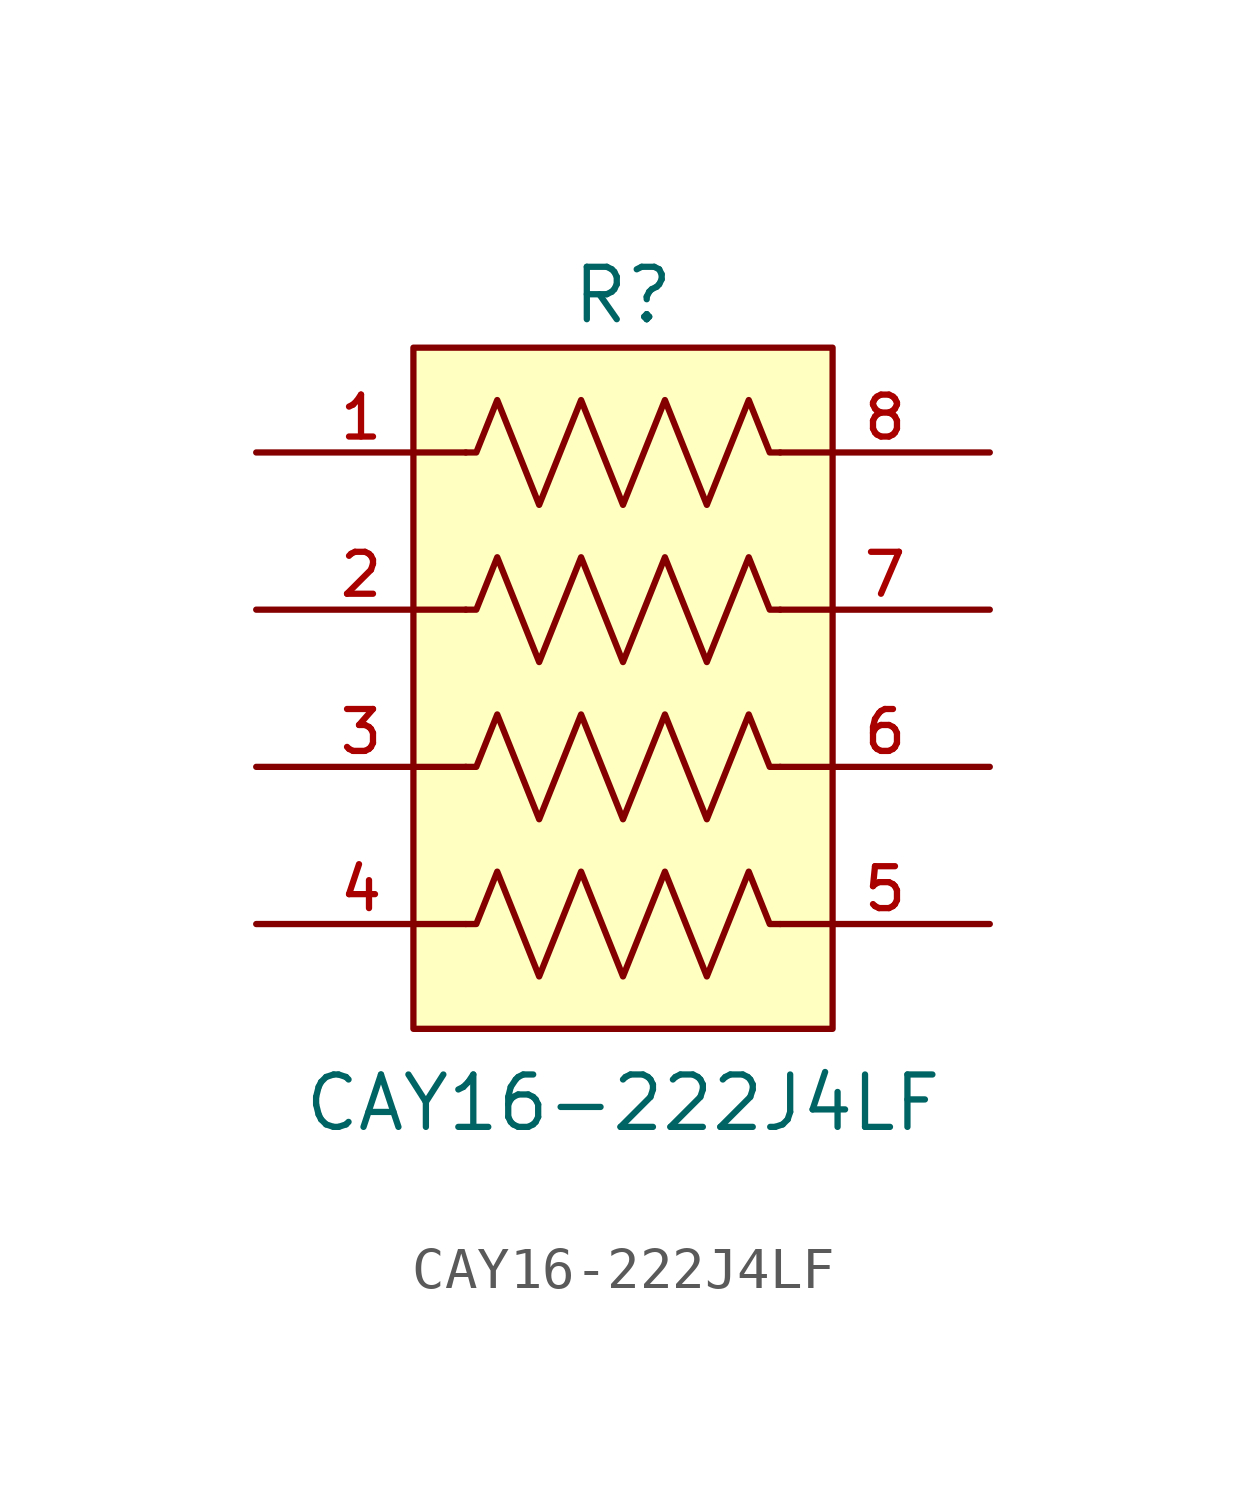
<source format=kicad_sym>
(kicad_symbol_lib
  (version 20211014)
  (generator kicad_symbol_editor)
  (symbol "CAY16-222J4LF"
    (pin_names
      (offset 1.016))
    (property "Reference" "R"
      (at 8.89 3.81 0)
      (effects (font (size 1.27 1.27))))
    (property "Value" "CAY16-222J4LF"
      (at 8.89 -16.51 0)
      (effects (font (size 1.27 1.27)) (justify bottom)))
    (symbol "CAY16-222J4LF_0_0"
      (polyline (pts (xy 5.08 -11.43) (xy 5.334 -11.43) (xy 5.842 -10.16) (xy 6.858 -12.7) (xy 7.874 -10.16) (xy 8.89 -12.7) (xy 9.906 -10.16) (xy 10.922 -12.7) (xy 11.938 -10.16) (xy 12.446 -11.43) (xy 12.7 -11.43)) (stroke (width 0) (type default) (color 0 0 0 0)) (fill (type none)))
      (polyline (pts (xy 5.08 -7.62) (xy 5.334 -7.62) (xy 5.842 -6.35) (xy 6.858 -8.89) (xy 7.874 -6.35) (xy 8.89 -8.89) (xy 9.906 -6.35) (xy 10.922 -8.89) (xy 11.938 -6.35) (xy 12.446 -7.62) (xy 12.7 -7.62)) (stroke (width 0) (type default) (color 0 0 0 0)) (fill (type none)))
      (polyline (pts (xy 5.08 -3.81) (xy 5.334 -3.81) (xy 5.842 -2.54) (xy 6.858 -5.08) (xy 7.874 -2.54) (xy 8.89 -5.08) (xy 9.906 -2.54) (xy 10.922 -5.08) (xy 11.938 -2.54) (xy 12.446 -3.81) (xy 12.7 -3.81)) (stroke (width 0) (type default) (color 0 0 0 0)) (fill (type none)))
      (polyline (pts (xy 5.08 0) (xy 5.334 0) (xy 5.842 1.27) (xy 6.858 -1.27) (xy 7.874 1.27) (xy 8.89 -1.27) (xy 9.906 1.27) (xy 10.922 -1.27) (xy 11.938 1.27) (xy 12.446 0) (xy 12.7 0)) (stroke (width 0) (type default) (color 0 0 0 0)) (fill (type none)))
      (rectangle (start 3.81 2.54) (end 13.97 -13.97) (stroke (width 0.152) (type default) (color 0 0 0 0)) (fill (type background)))
      (pin passive line (at 0 0 0) (length 5.08) (name "~" (effects (font (size 1.016 1.016)))) (number "1" (effects (font (size 1.016 1.016)))))
      (pin passive line (at 0 -3.81 0) (length 5.08) (name "~" (effects (font (size 1.016 1.016)))) (number "2" (effects (font (size 1.016 1.016)))))
      (pin passive line (at 0 -7.62 0) (length 5.08) (name "~" (effects (font (size 1.016 1.016)))) (number "3" (effects (font (size 1.016 1.016)))))
      (pin passive line (at 0 -11.43 0) (length 5.08) (name "~" (effects (font (size 1.016 1.016)))) (number "4" (effects (font (size 1.016 1.016)))))
      (pin passive line (at 17.78 -11.43 180) (length 5.08) (name "~" (effects (font (size 1.016 1.016)))) (number "5" (effects (font (size 1.016 1.016)))))
      (pin passive line (at 17.78 -7.62 180) (length 5.08) (name "~" (effects (font (size 1.016 1.016)))) (number "6" (effects (font (size 1.016 1.016)))))
      (pin passive line (at 17.78 -3.81 180) (length 5.08) (name "~" (effects (font (size 1.016 1.016)))) (number "7" (effects (font (size 1.016 1.016)))))
      (pin passive line (at 17.78 0 180) (length 5.08) (name "~" (effects (font (size 1.016 1.016)))) (number "8" (effects (font (size 1.016 1.016))))))))
</source>
